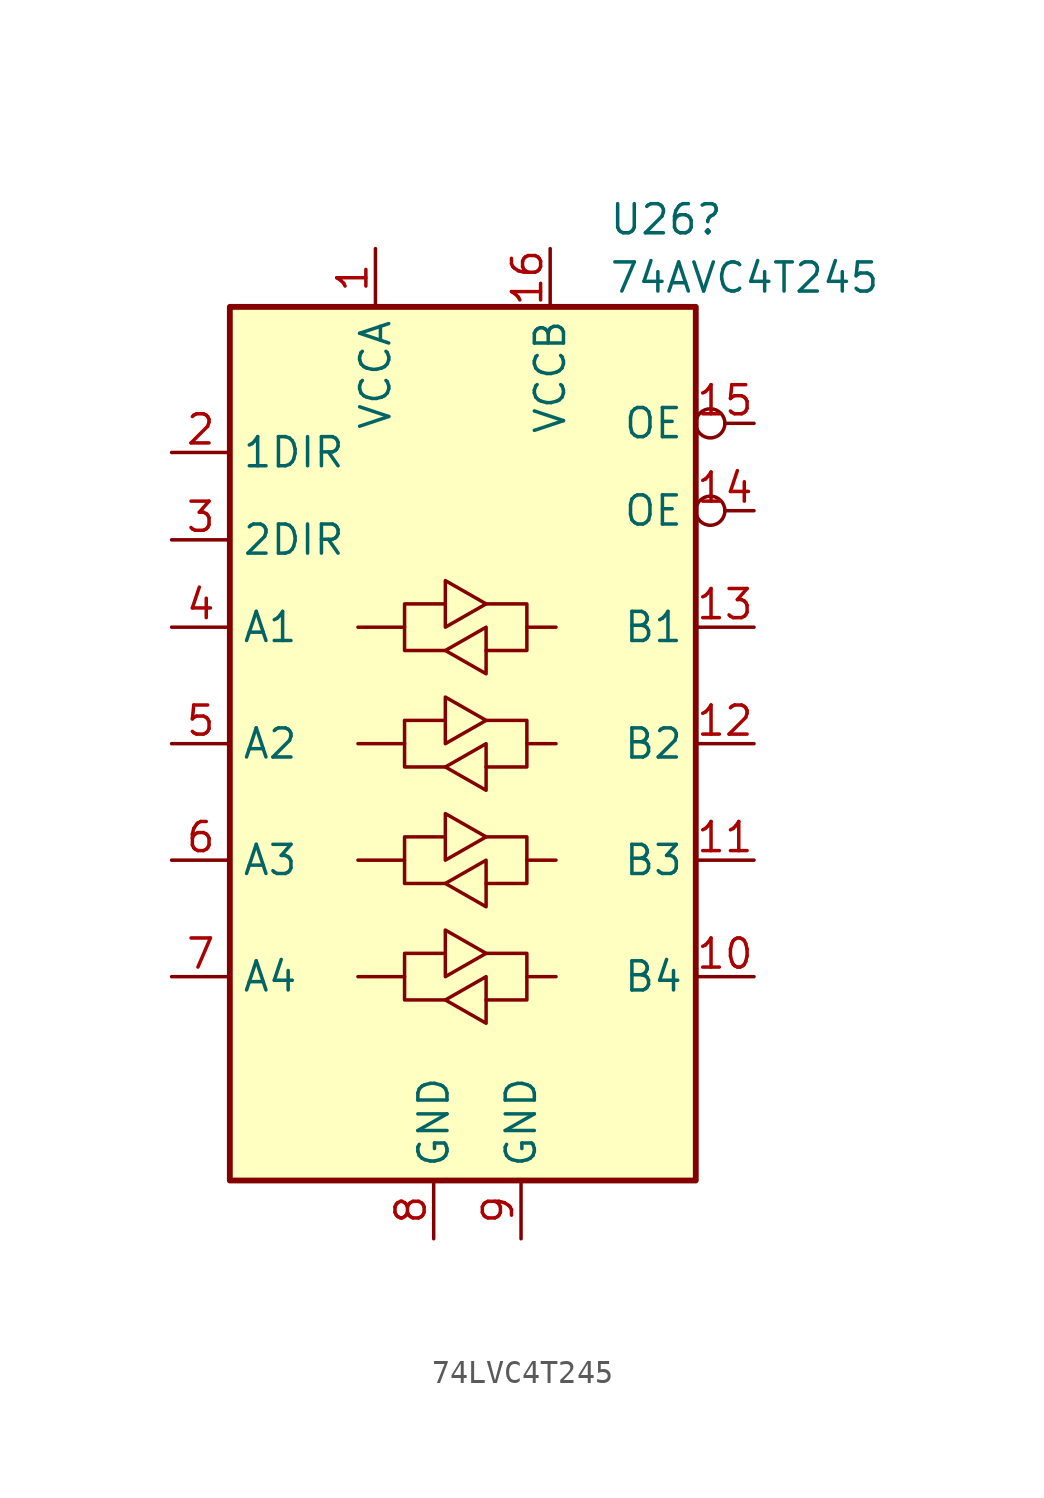
<source format=kicad_sym>
(kicad_symbol_lib
  (version 20241209)
  (generator "kicad_symbol_editor")
  (generator_version "9.0")
  (symbol "74LVC4T245"
    (property "Reference" "U26"
      (at 16.51 3.81 0)
      (effects (font (size 1.27 1.27)) (justify left)))
    (property "Value" "74AVC4T245"
      (at 16.51 1.27 0)
      (effects (font (size 1.27 1.27)) (justify left)))
    (symbol "74LVC4T245_0_1"
      (rectangle (start 0 0) (end 20.32 -38.1) (stroke (width 0.254) (type default)) (fill (type background)))
      (polyline (pts (xy 7.62 -13.97) (xy 7.62 -12.954) (xy 9.398 -12.954)) (stroke (width 0) (type default)) (fill (type none)))
      (polyline (pts (xy 7.62 -24.13) (xy 7.62 -23.114) (xy 9.398 -23.114)) (stroke (width 0) (type default)) (fill (type none)))
      (polyline (pts (xy 9.398 -13.97) (xy 9.398 -11.938) (xy 11.176 -12.954) (xy 9.398 -13.97)) (stroke (width 0) (type default)) (fill (type none)))
      (polyline (pts (xy 9.398 -14.986) (xy 7.62 -14.986) (xy 7.62 -13.97) (xy 5.588 -13.97)) (stroke (width 0) (type default)) (fill (type none)))
      (polyline (pts (xy 9.398 -24.13) (xy 9.398 -22.098) (xy 11.176 -23.114) (xy 9.398 -24.13)) (stroke (width 0) (type default)) (fill (type none)))
      (polyline (pts (xy 9.398 -25.146) (xy 7.62 -25.146) (xy 7.62 -24.13) (xy 5.588 -24.13)) (stroke (width 0) (type default)) (fill (type none)))
      (polyline (pts (xy 11.176 -12.954) (xy 12.954 -12.954) (xy 12.954 -13.97) (xy 14.224 -13.97)) (stroke (width 0) (type default)) (fill (type none)))
      (polyline (pts (xy 11.176 -13.97) (xy 11.176 -15.748) (xy 11.176 -16.002) (xy 9.398 -14.986) (xy 11.176 -13.97)) (stroke (width 0) (type default)) (fill (type none)))
      (polyline (pts (xy 11.176 -23.114) (xy 12.954 -23.114) (xy 12.954 -24.13) (xy 14.224 -24.13)) (stroke (width 0) (type default)) (fill (type none)))
      (polyline (pts (xy 11.176 -24.13) (xy 11.176 -25.908) (xy 11.176 -26.162) (xy 9.398 -25.146) (xy 11.176 -24.13)) (stroke (width 0) (type default)) (fill (type none)))
      (polyline (pts (xy 12.954 -13.97) (xy 12.954 -14.986) (xy 11.176 -14.986)) (stroke (width 0) (type default)) (fill (type none)))
      (polyline (pts (xy 12.954 -24.13) (xy 12.954 -25.146) (xy 11.176 -25.146)) (stroke (width 0) (type default)) (fill (type none))))
    (symbol "74LVC4T245_1_1"
      (polyline (pts (xy 7.62 -19.05) (xy 7.62 -18.034) (xy 9.398 -18.034)) (stroke (width 0) (type default)) (fill (type none)))
      (polyline (pts (xy 7.62 -29.21) (xy 7.62 -28.194) (xy 9.398 -28.194)) (stroke (width 0) (type default)) (fill (type none)))
      (polyline (pts (xy 9.398 -19.05) (xy 9.398 -17.018) (xy 11.176 -18.034) (xy 9.398 -19.05)) (stroke (width 0) (type default)) (fill (type none)))
      (polyline (pts (xy 9.398 -20.066) (xy 7.62 -20.066) (xy 7.62 -19.05) (xy 5.588 -19.05)) (stroke (width 0) (type default)) (fill (type none)))
      (polyline (pts (xy 9.398 -29.21) (xy 9.398 -27.178) (xy 11.176 -28.194) (xy 9.398 -29.21)) (stroke (width 0) (type default)) (fill (type none)))
      (polyline (pts (xy 9.398 -30.226) (xy 7.62 -30.226) (xy 7.62 -29.21) (xy 5.588 -29.21)) (stroke (width 0) (type default)) (fill (type none)))
      (polyline (pts (xy 11.176 -18.034) (xy 12.954 -18.034) (xy 12.954 -19.05) (xy 14.224 -19.05)) (stroke (width 0) (type default)) (fill (type none)))
      (polyline (pts (xy 11.176 -19.05) (xy 11.176 -20.828) (xy 11.176 -21.082) (xy 9.398 -20.066) (xy 11.176 -19.05)) (stroke (width 0) (type default)) (fill (type none)))
      (polyline (pts (xy 11.176 -28.194) (xy 12.954 -28.194) (xy 12.954 -29.21) (xy 14.224 -29.21)) (stroke (width 0) (type default)) (fill (type none)))
      (polyline (pts (xy 11.176 -29.21) (xy 11.176 -30.988) (xy 11.176 -31.242) (xy 9.398 -30.226) (xy 11.176 -29.21)) (stroke (width 0) (type default)) (fill (type none)))
      (polyline (pts (xy 12.954 -19.05) (xy 12.954 -20.066) (xy 11.176 -20.066)) (stroke (width 0) (type default)) (fill (type none)))
      (polyline (pts (xy 12.954 -29.21) (xy 12.954 -30.226) (xy 11.176 -30.226)) (stroke (width 0) (type default)) (fill (type none)))
      (pin passive line (at -2.54 -6.35 0) (length 2.54) (name "1DIR" (effects (font (size 1.27 1.27)))) (number "2" (effects (font (size 1.27 1.27)))))
      (pin passive line (at -2.54 -10.16 0) (length 2.54) (name "2DIR" (effects (font (size 1.27 1.27)))) (number "3" (effects (font (size 1.27 1.27)))))
      (pin bidirectional line (at -2.54 -13.97 0) (length 2.54) (name "A1" (effects (font (size 1.27 1.27)))) (number "4" (effects (font (size 1.27 1.27)))))
      (pin bidirectional line (at -2.54 -19.05 0) (length 2.54) (name "A2" (effects (font (size 1.27 1.27)))) (number "5" (effects (font (size 1.27 1.27)))))
      (pin bidirectional line (at -2.54 -24.13 0) (length 2.54) (name "A3" (effects (font (size 1.27 1.27)))) (number "6" (effects (font (size 1.27 1.27)))))
      (pin bidirectional line (at -2.54 -29.21 0) (length 2.54) (name "A4" (effects (font (size 1.27 1.27)))) (number "7" (effects (font (size 1.27 1.27)))))
      (pin power_in line (at 6.35 2.54 270) (length 2.54) (name "VCCA" (effects (font (size 1.27 1.27)))) (number "1" (effects (font (size 1.27 1.27)))))
      (pin power_in line (at 8.89 -40.64 90) (length 2.54) (name "GND" (effects (font (size 1.27 1.27)))) (number "8" (effects (font (size 1.27 1.27)))))
      (pin power_in line (at 12.7 -40.64 90) (length 2.54) (name "GND" (effects (font (size 1.27 1.27)))) (number "9" (effects (font (size 1.27 1.27)))))
      (pin power_in line (at 13.97 2.54 270) (length 2.54) (name "VCCB" (effects (font (size 1.27 1.27)))) (number "16" (effects (font (size 1.27 1.27)))))
      (pin passive inverted (at 22.86 -5.08 180) (length 2.54) (name "OE" (effects (font (size 1.27 1.27)))) (number "15" (effects (font (size 1.27 1.27)))))
      (pin passive inverted (at 22.86 -8.89 180) (length 2.54) (name "OE" (effects (font (size 1.27 1.27)))) (number "14" (effects (font (size 1.27 1.27)))))
      (pin bidirectional line (at 22.86 -13.97 180) (length 2.54) (name "B1" (effects (font (size 1.27 1.27)))) (number "13" (effects (font (size 1.27 1.27)))))
      (pin bidirectional line (at 22.86 -19.05 180) (length 2.54) (name "B2" (effects (font (size 1.27 1.27)))) (number "12" (effects (font (size 1.27 1.27)))))
      (pin bidirectional line (at 22.86 -24.13 180) (length 2.54) (name "B3" (effects (font (size 1.27 1.27)))) (number "11" (effects (font (size 1.27 1.27)))))
      (pin bidirectional line (at 22.86 -29.21 180) (length 2.54) (name "B4" (effects (font (size 1.27 1.27)))) (number "10" (effects (font (size 1.27 1.27))))))))
</source>
